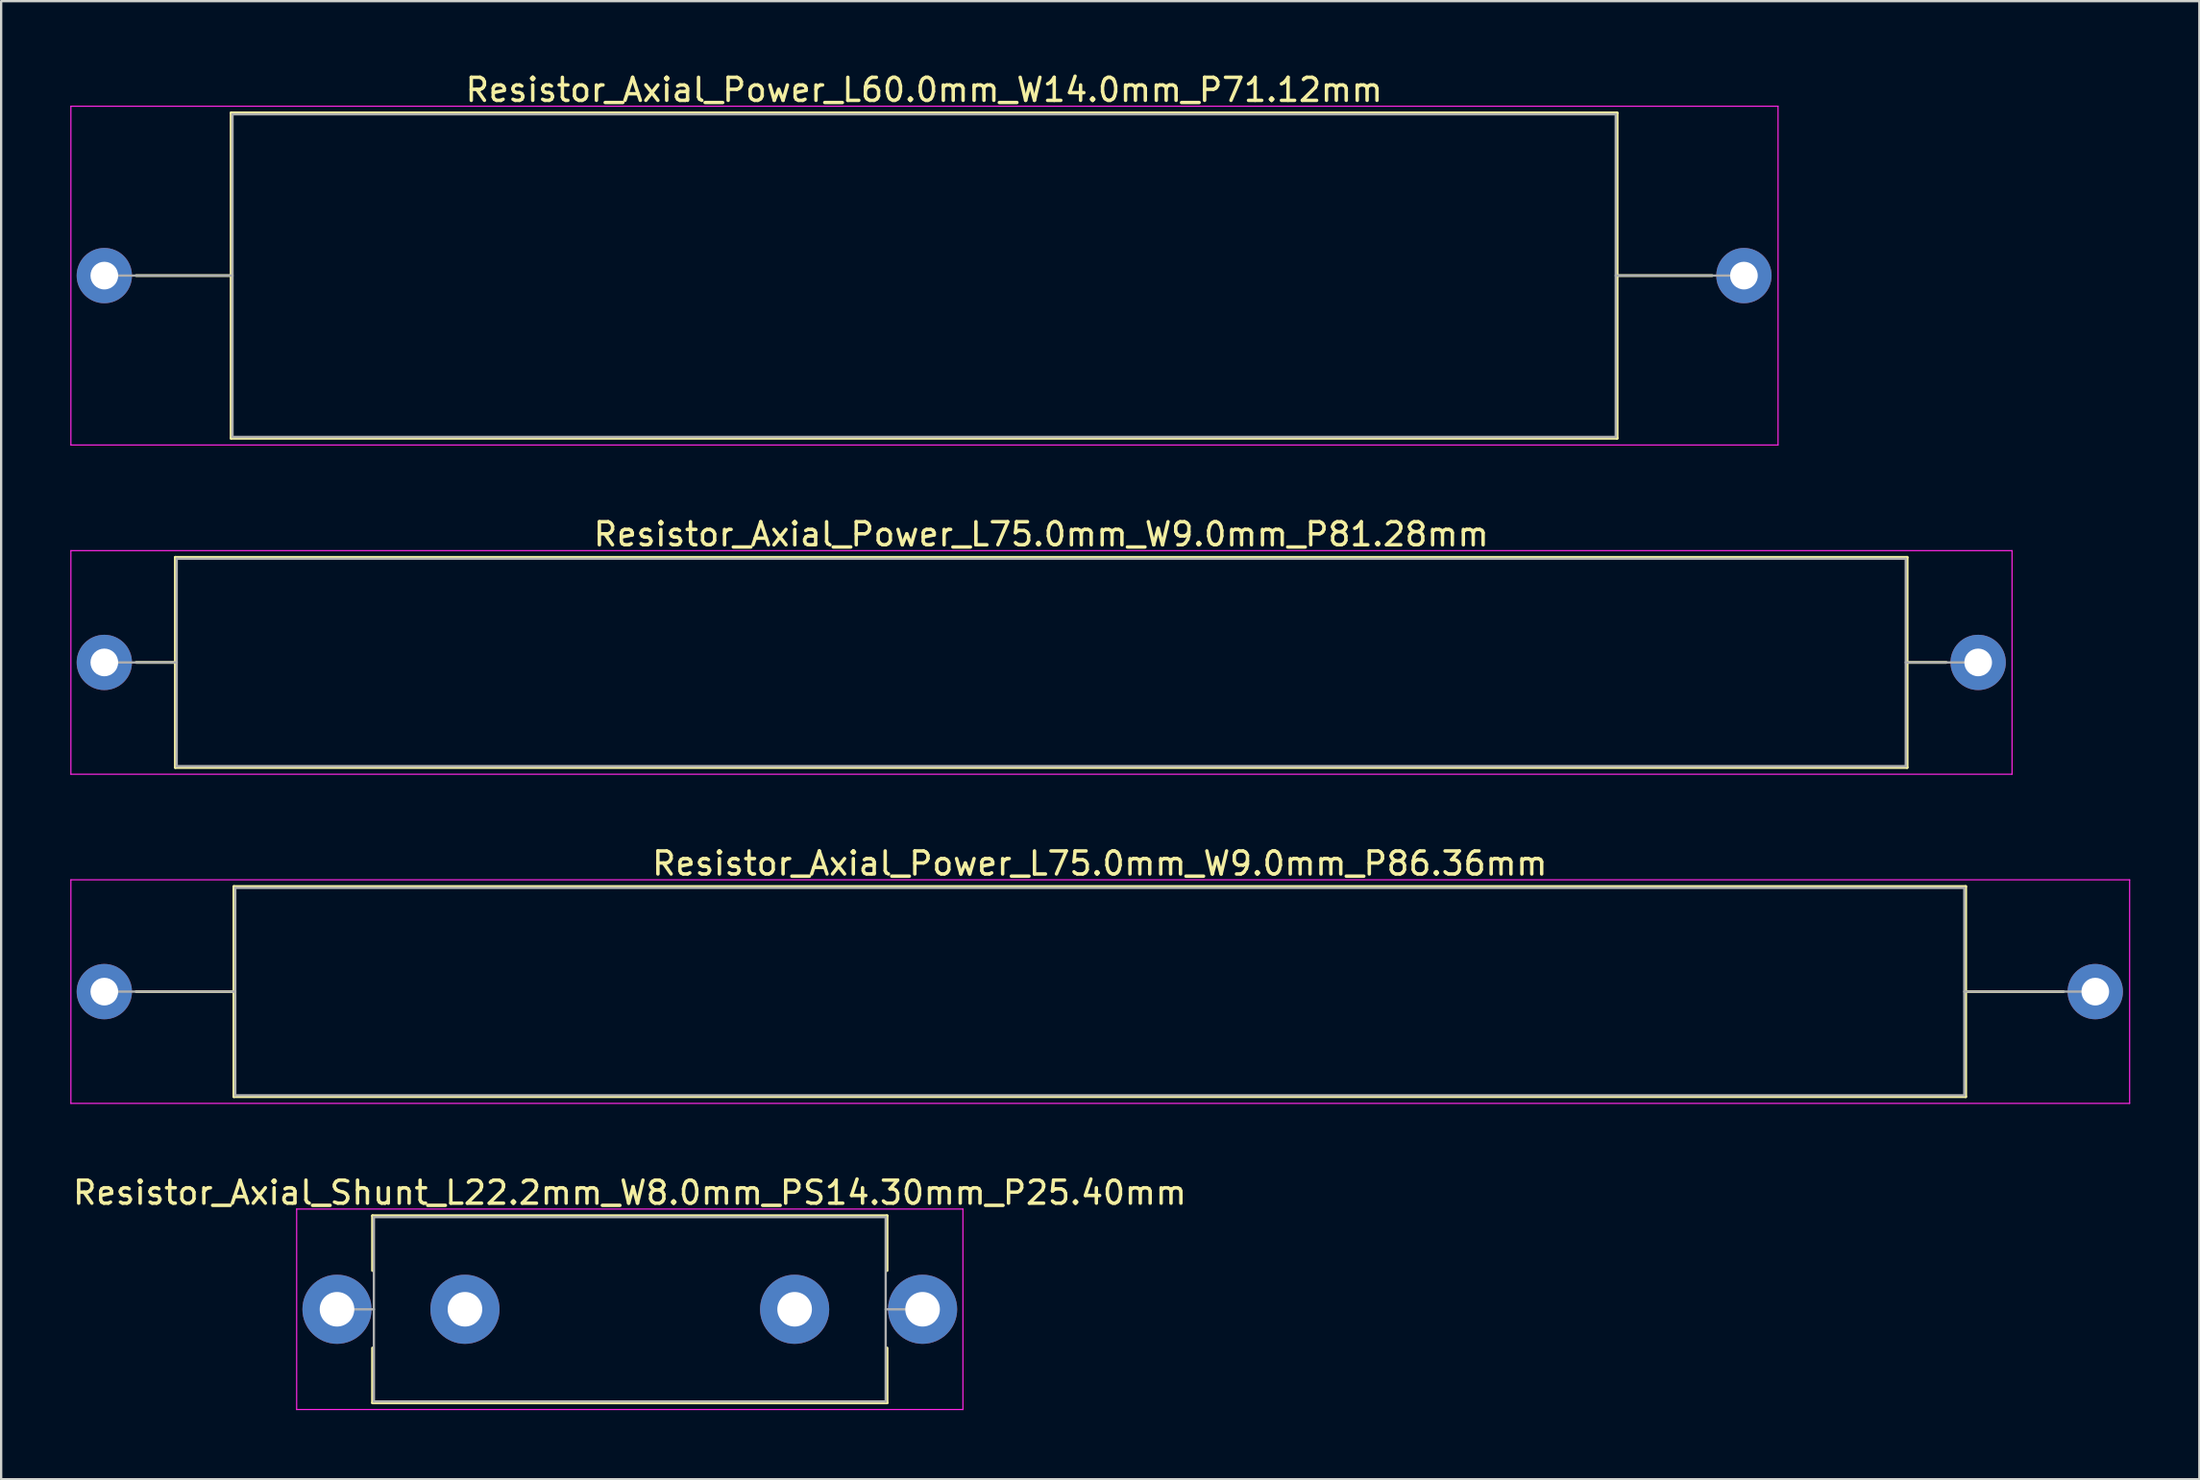
<source format=kicad_pcb>
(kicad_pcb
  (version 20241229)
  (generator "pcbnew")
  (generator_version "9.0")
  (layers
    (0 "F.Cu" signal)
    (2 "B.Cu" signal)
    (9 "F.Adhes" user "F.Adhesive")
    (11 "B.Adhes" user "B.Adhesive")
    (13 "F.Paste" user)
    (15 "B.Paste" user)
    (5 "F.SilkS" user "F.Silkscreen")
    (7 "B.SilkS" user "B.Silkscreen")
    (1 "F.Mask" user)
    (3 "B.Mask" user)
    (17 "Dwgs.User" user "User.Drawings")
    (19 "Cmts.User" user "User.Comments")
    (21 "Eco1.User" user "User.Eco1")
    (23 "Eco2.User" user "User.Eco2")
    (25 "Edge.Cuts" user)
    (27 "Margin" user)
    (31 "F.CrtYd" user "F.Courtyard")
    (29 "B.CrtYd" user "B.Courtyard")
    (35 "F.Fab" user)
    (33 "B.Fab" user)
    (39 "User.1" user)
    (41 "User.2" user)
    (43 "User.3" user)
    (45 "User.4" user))
  (footprint "Resistor_Axial_Power_L60.0mm_W14.0mm_P71.12mm"
    (layer "F.Cu")
    (at 1.475 8.908)
    (property "Reference" "Resistor_Axial_Power_L60.0mm_W14.0mm_P71.12mm" (at 35.56 -8.06 0) (layer "F.SilkS") (effects (font (size 1 1) (thickness 0.15))))
    (attr through_hole)
    (fp_line (start 1.38 0) (end 5.5 0) (stroke (width 0.12) (type solid)) (layer "F.SilkS"))
    (fp_line (start 5.5 -7.06) (end 5.5 7.06) (stroke (width 0.12) (type solid)) (layer "F.SilkS"))
    (fp_line (start 5.5 7.06) (end 65.62 7.06) (stroke (width 0.12) (type solid)) (layer "F.SilkS"))
    (fp_line (start 65.62 -7.06) (end 5.5 -7.06) (stroke (width 0.12) (type solid)) (layer "F.SilkS"))
    (fp_line (start 65.62 7.06) (end 65.62 -7.06) (stroke (width 0.12) (type solid)) (layer "F.SilkS"))
    (fp_line (start 69.74 0) (end 65.62 0) (stroke (width 0.12) (type solid)) (layer "F.SilkS"))
    (fp_line (start -1.45 -7.35) (end -1.45 7.35) (stroke (width 0.05) (type solid)) (layer "F.CrtYd"))
    (fp_line (start -1.45 7.35) (end 72.6 7.35) (stroke (width 0.05) (type solid)) (layer "F.CrtYd"))
    (fp_line (start 72.6 -7.35) (end -1.45 -7.35) (stroke (width 0.05) (type solid)) (layer "F.CrtYd"))
    (fp_line (start 72.6 7.35) (end 72.6 -7.35) (stroke (width 0.05) (type solid)) (layer "F.CrtYd"))
    (fp_line (start 0 0) (end 5.56 0) (stroke (width 0.1) (type solid)) (layer "F.Fab"))
    (fp_line (start 5.56 -7) (end 5.56 7) (stroke (width 0.1) (type solid)) (layer "F.Fab"))
    (fp_line (start 5.56 7) (end 65.56 7) (stroke (width 0.1) (type solid)) (layer "F.Fab"))
    (fp_line (start 65.56 -7) (end 5.56 -7) (stroke (width 0.1) (type solid)) (layer "F.Fab"))
    (fp_line (start 65.56 7) (end 65.56 -7) (stroke (width 0.1) (type solid)) (layer "F.Fab"))
    (fp_line (start 71.12 0) (end 65.56 0) (stroke (width 0.1) (type solid)) (layer "F.Fab"))
    (pad "1" thru_hole circle (at 0 0) (size 2.4 2.4) (drill 1.2) (layers "*.Cu" "*.Mask"))
    (pad "2" thru_hole oval (at 71.12 0) (size 2.4 2.4) (drill 1.2) (layers "*.Cu" "*.Mask")))
  (footprint "Resistor_Axial_Power_L75.0mm_W9.0mm_P81.28mm"
    (layer "F.Cu")
    (at 1.475 25.692)
    (property "Reference" "Resistor_Axial_Power_L75.0mm_W9.0mm_P81.28mm" (at 40.64 -5.56 0) (layer "F.SilkS") (effects (font (size 1 1) (thickness 0.15))))
    (attr through_hole)
    (fp_line (start 1.38 0) (end 3.08 0) (stroke (width 0.12) (type solid)) (layer "F.SilkS"))
    (fp_line (start 3.08 -4.56) (end 3.08 4.56) (stroke (width 0.12) (type solid)) (layer "F.SilkS"))
    (fp_line (start 3.08 4.56) (end 78.2 4.56) (stroke (width 0.12) (type solid)) (layer "F.SilkS"))
    (fp_line (start 78.2 -4.56) (end 3.08 -4.56) (stroke (width 0.12) (type solid)) (layer "F.SilkS"))
    (fp_line (start 78.2 4.56) (end 78.2 -4.56) (stroke (width 0.12) (type solid)) (layer "F.SilkS"))
    (fp_line (start 79.9 0) (end 78.2 0) (stroke (width 0.12) (type solid)) (layer "F.SilkS"))
    (fp_line (start -1.45 -4.85) (end -1.45 4.85) (stroke (width 0.05) (type solid)) (layer "F.CrtYd"))
    (fp_line (start -1.45 4.85) (end 82.75 4.85) (stroke (width 0.05) (type solid)) (layer "F.CrtYd"))
    (fp_line (start 82.75 -4.85) (end -1.45 -4.85) (stroke (width 0.05) (type solid)) (layer "F.CrtYd"))
    (fp_line (start 82.75 4.85) (end 82.75 -4.85) (stroke (width 0.05) (type solid)) (layer "F.CrtYd"))
    (fp_line (start 0 0) (end 3.14 0) (stroke (width 0.1) (type solid)) (layer "F.Fab"))
    (fp_line (start 3.14 -4.5) (end 3.14 4.5) (stroke (width 0.1) (type solid)) (layer "F.Fab"))
    (fp_line (start 3.14 4.5) (end 78.14 4.5) (stroke (width 0.1) (type solid)) (layer "F.Fab"))
    (fp_line (start 78.14 -4.5) (end 3.14 -4.5) (stroke (width 0.1) (type solid)) (layer "F.Fab"))
    (fp_line (start 78.14 4.5) (end 78.14 -4.5) (stroke (width 0.1) (type solid)) (layer "F.Fab"))
    (fp_line (start 81.28 0) (end 78.14 0) (stroke (width 0.1) (type solid)) (layer "F.Fab"))
    (pad "1" thru_hole circle (at 0 0) (size 2.4 2.4) (drill 1.2) (layers "*.Cu" "*.Mask"))
    (pad "2" thru_hole oval (at 81.28 0) (size 2.4 2.4) (drill 1.2) (layers "*.Cu" "*.Mask")))
  (footprint "Resistor_Axial_Shunt_L22.2mm_W8.0mm_PS14.30mm_P25.40mm"
    (layer "F.Cu")
    (at 11.568 53.758)
    (property "Reference" "Resistor_Axial_Shunt_L22.2mm_W8.0mm_PS14.30mm_P25.40mm" (at 12.7 -5.06 0) (layer "F.SilkS") (effects (font (size 1 1) (thickness 0.15))))
    (attr through_hole)
    (fp_line (start 1.54 -4.06) (end 23.86 -4.06) (stroke (width 0.12) (type solid)) (layer "F.SilkS"))
    (fp_line (start 1.54 -1.68) (end 1.54 -4.06) (stroke (width 0.12) (type solid)) (layer "F.SilkS"))
    (fp_line (start 1.54 1.68) (end 1.54 4.06) (stroke (width 0.12) (type solid)) (layer "F.SilkS"))
    (fp_line (start 1.54 4.06) (end 23.86 4.06) (stroke (width 0.12) (type solid)) (layer "F.SilkS"))
    (fp_line (start 23.86 -4.06) (end 23.86 -1.68) (stroke (width 0.12) (type solid)) (layer "F.SilkS"))
    (fp_line (start 23.86 4.06) (end 23.86 1.68) (stroke (width 0.12) (type solid)) (layer "F.SilkS"))
    (fp_line (start -1.75 -4.35) (end -1.75 4.35) (stroke (width 0.05) (type solid)) (layer "F.CrtYd"))
    (fp_line (start -1.75 4.35) (end 27.15 4.35) (stroke (width 0.05) (type solid)) (layer "F.CrtYd"))
    (fp_line (start 27.15 -4.35) (end -1.75 -4.35) (stroke (width 0.05) (type solid)) (layer "F.CrtYd"))
    (fp_line (start 27.15 4.35) (end 27.15 -4.35) (stroke (width 0.05) (type solid)) (layer "F.CrtYd"))
    (fp_line (start 0 0) (end 1.6 0) (stroke (width 0.1) (type solid)) (layer "F.Fab"))
    (fp_line (start 1.6 -4) (end 1.6 4) (stroke (width 0.1) (type solid)) (layer "F.Fab"))
    (fp_line (start 1.6 4) (end 23.8 4) (stroke (width 0.1) (type solid)) (layer "F.Fab"))
    (fp_line (start 23.8 -4) (end 1.6 -4) (stroke (width 0.1) (type solid)) (layer "F.Fab"))
    (fp_line (start 23.8 4) (end 23.8 -4) (stroke (width 0.1) (type solid)) (layer "F.Fab"))
    (fp_line (start 25.4 0) (end 23.8 0) (stroke (width 0.1) (type solid)) (layer "F.Fab"))
    (pad "1" thru_hole circle (at 0 0) (size 3 3) (drill 1.5) (layers "*.Cu" "*.Mask"))
    (pad "2" thru_hole oval (at 5.55 0) (size 3 3) (drill 1.5) (layers "*.Cu" "*.Mask"))
    (pad "3" thru_hole oval (at 19.85 0) (size 3 3) (drill 1.5) (layers "*.Cu" "*.Mask"))
    (pad "4" thru_hole oval (at 25.4 0) (size 3 3) (drill 1.5) (layers "*.Cu" "*.Mask")))
  (footprint "Resistor_Axial_Power_L75.0mm_W9.0mm_P86.36mm"
    (layer "F.Cu")
    (at 1.475 39.975)
    (property "Reference" "Resistor_Axial_Power_L75.0mm_W9.0mm_P86.36mm" (at 43.18 -5.56 0) (layer "F.SilkS") (effects (font (size 1 1) (thickness 0.15))))
    (attr through_hole)
    (fp_line (start 1.38 0) (end 5.62 0) (stroke (width 0.12) (type solid)) (layer "F.SilkS"))
    (fp_line (start 5.62 -4.56) (end 5.62 4.56) (stroke (width 0.12) (type solid)) (layer "F.SilkS"))
    (fp_line (start 5.62 4.56) (end 80.74 4.56) (stroke (width 0.12) (type solid)) (layer "F.SilkS"))
    (fp_line (start 80.74 -4.56) (end 5.62 -4.56) (stroke (width 0.12) (type solid)) (layer "F.SilkS"))
    (fp_line (start 80.74 4.56) (end 80.74 -4.56) (stroke (width 0.12) (type solid)) (layer "F.SilkS"))
    (fp_line (start 84.98 0) (end 80.74 0) (stroke (width 0.12) (type solid)) (layer "F.SilkS"))
    (fp_line (start -1.45 -4.85) (end -1.45 4.85) (stroke (width 0.05) (type solid)) (layer "F.CrtYd"))
    (fp_line (start -1.45 4.85) (end 87.85 4.85) (stroke (width 0.05) (type solid)) (layer "F.CrtYd"))
    (fp_line (start 87.85 -4.85) (end -1.45 -4.85) (stroke (width 0.05) (type solid)) (layer "F.CrtYd"))
    (fp_line (start 87.85 4.85) (end 87.85 -4.85) (stroke (width 0.05) (type solid)) (layer "F.CrtYd"))
    (fp_line (start 0 0) (end 5.68 0) (stroke (width 0.1) (type solid)) (layer "F.Fab"))
    (fp_line (start 5.68 -4.5) (end 5.68 4.5) (stroke (width 0.1) (type solid)) (layer "F.Fab"))
    (fp_line (start 5.68 4.5) (end 80.68 4.5) (stroke (width 0.1) (type solid)) (layer "F.Fab"))
    (fp_line (start 80.68 -4.5) (end 5.68 -4.5) (stroke (width 0.1) (type solid)) (layer "F.Fab"))
    (fp_line (start 80.68 4.5) (end 80.68 -4.5) (stroke (width 0.1) (type solid)) (layer "F.Fab"))
    (fp_line (start 86.36 0) (end 80.68 0) (stroke (width 0.1) (type solid)) (layer "F.Fab"))
    (pad "1" thru_hole circle (at 0 0) (size 2.4 2.4) (drill 1.2) (layers "*.Cu" "*.Mask"))
    (pad "2" thru_hole oval (at 86.36 0) (size 2.4 2.4) (drill 1.2) (layers "*.Cu" "*.Mask")))
  (gr_rect
    (start -3 -3)
    (end 92.35 61.133)
    (stroke (width 0.1) (type default))
    (fill no)
    (layer "Edge.Cuts")))
</source>
